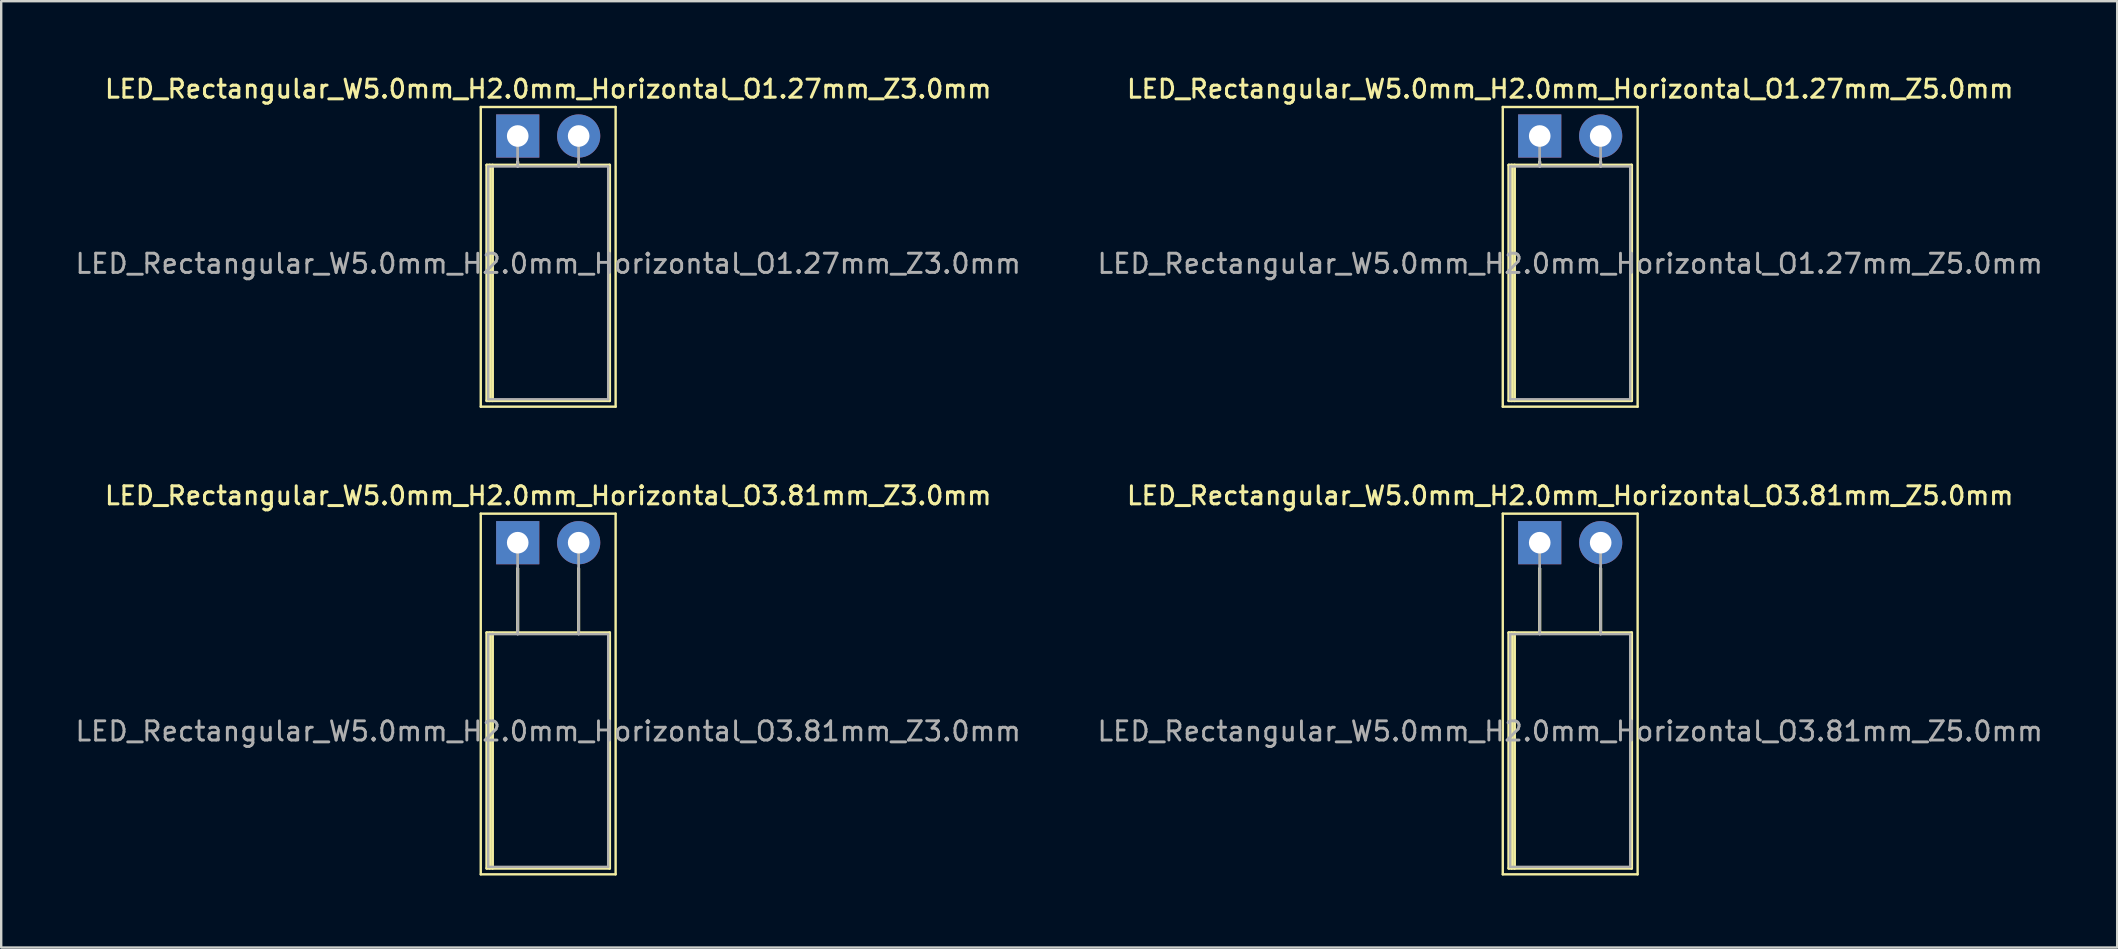
<source format=kicad_pcb>
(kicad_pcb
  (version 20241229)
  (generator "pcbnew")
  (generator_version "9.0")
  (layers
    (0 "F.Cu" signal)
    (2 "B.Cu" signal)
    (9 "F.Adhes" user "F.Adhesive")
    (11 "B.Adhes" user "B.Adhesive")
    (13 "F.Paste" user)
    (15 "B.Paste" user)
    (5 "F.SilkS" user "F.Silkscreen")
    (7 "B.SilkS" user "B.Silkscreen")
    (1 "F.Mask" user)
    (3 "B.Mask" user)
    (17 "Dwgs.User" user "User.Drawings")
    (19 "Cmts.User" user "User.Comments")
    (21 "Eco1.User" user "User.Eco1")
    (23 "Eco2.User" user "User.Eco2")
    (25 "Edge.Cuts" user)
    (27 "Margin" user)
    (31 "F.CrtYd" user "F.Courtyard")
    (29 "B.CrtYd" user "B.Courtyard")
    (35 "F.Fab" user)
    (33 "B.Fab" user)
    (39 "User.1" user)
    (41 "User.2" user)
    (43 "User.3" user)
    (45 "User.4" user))
  (footprint "LED_Rectangular_W5.0mm_H2.0mm_Horizontal_O3.81mm_Z5.0mm"
    (layer "F.Cu")
    (at 61.116 19.566)
    (property "Reference" "LED_Rectangular_W5.0mm_H2.0mm_Horizontal_O3.81mm_Z5.0mm" (at 1.27 -1.96 0) (layer "F.SilkS") (effects (font (size 0.75 0.75) (thickness 0.125))))
    (attr through_hole)
    (fp_line (start -1.54 -1.21) (end -1.54 13.82) (stroke (width 0.1) (type solid)) (layer "F.SilkS"))
    (fp_line (start -1.54 13.82) (end 4.08 13.82) (stroke (width 0.1) (type solid)) (layer "F.SilkS"))
    (fp_line (start -1.29 3.75) (end -1.29 13.57) (stroke (width 0.12) (type solid)) (layer "F.SilkS"))
    (fp_line (start -1.29 13.57) (end 3.83 13.57) (stroke (width 0.12) (type solid)) (layer "F.SilkS"))
    (fp_line (start -1.17 3.75) (end -1.17 13.57) (stroke (width 0.12) (type solid)) (layer "F.SilkS"))
    (fp_line (start -1.05 3.75) (end -1.05 13.57) (stroke (width 0.12) (type solid)) (layer "F.SilkS"))
    (fp_line (start 0 1.08) (end 0 1.08) (stroke (width 0.12) (type solid)) (layer "F.SilkS"))
    (fp_line (start 0 1.08) (end 0 3.75) (stroke (width 0.12) (type solid)) (layer "F.SilkS"))
    (fp_line (start 0 3.75) (end 0 1.08) (stroke (width 0.12) (type solid)) (layer "F.SilkS"))
    (fp_line (start 0 3.75) (end 0 3.75) (stroke (width 0.12) (type solid)) (layer "F.SilkS"))
    (fp_line (start 2.54 1.08) (end 2.54 1.08) (stroke (width 0.12) (type solid)) (layer "F.SilkS"))
    (fp_line (start 2.54 1.08) (end 2.54 3.75) (stroke (width 0.12) (type solid)) (layer "F.SilkS"))
    (fp_line (start 2.54 3.75) (end 2.54 1.08) (stroke (width 0.12) (type solid)) (layer "F.SilkS"))
    (fp_line (start 2.54 3.75) (end 2.54 3.75) (stroke (width 0.12) (type solid)) (layer "F.SilkS"))
    (fp_line (start 3.83 3.75) (end -1.29 3.75) (stroke (width 0.12) (type solid)) (layer "F.SilkS"))
    (fp_line (start 3.83 13.57) (end 3.83 3.75) (stroke (width 0.12) (type solid)) (layer "F.SilkS"))
    (fp_line (start 4.08 -1.21) (end -1.54 -1.21) (stroke (width 0.1) (type solid)) (layer "F.SilkS"))
    (fp_line (start 4.08 13.82) (end 4.08 -1.21) (stroke (width 0.1) (type solid)) (layer "F.SilkS"))
    (fp_line (start -1.23 3.81) (end -1.23 13.51) (stroke (width 0.1) (type solid)) (layer "F.Fab"))
    (fp_line (start -1.23 13.51) (end 3.77 13.51) (stroke (width 0.1) (type solid)) (layer "F.Fab"))
    (fp_line (start 0 0) (end 0 0) (stroke (width 0.1) (type solid)) (layer "F.Fab"))
    (fp_line (start 0 0) (end 0 3.81) (stroke (width 0.1) (type solid)) (layer "F.Fab"))
    (fp_line (start 0 3.81) (end 0 0) (stroke (width 0.1) (type solid)) (layer "F.Fab"))
    (fp_line (start 0 3.81) (end 0 3.81) (stroke (width 0.1) (type solid)) (layer "F.Fab"))
    (fp_line (start 2.54 0) (end 2.54 0) (stroke (width 0.1) (type solid)) (layer "F.Fab"))
    (fp_line (start 2.54 0) (end 2.54 3.81) (stroke (width 0.1) (type solid)) (layer "F.Fab"))
    (fp_line (start 2.54 3.81) (end 2.54 0) (stroke (width 0.1) (type solid)) (layer "F.Fab"))
    (fp_line (start 2.54 3.81) (end 2.54 3.81) (stroke (width 0.1) (type solid)) (layer "F.Fab"))
    (fp_line (start 3.77 3.81) (end -1.23 3.81) (stroke (width 0.1) (type solid)) (layer "F.Fab"))
    (fp_line (start 3.77 13.51) (end 3.77 3.81) (stroke (width 0.1) (type solid)) (layer "F.Fab"))
    (fp_text user "${REFERENCE}" (at 1.27 7.86 0) (layer "F.Fab") (effects (font (size 0.8 0.8) (thickness 0.12))))
    (pad "1" thru_hole rect (at 0 0) (size 1.8 1.8) (drill 0.9) (layers "*.Cu" "*.Mask"))
    (pad "2" thru_hole circle (at 2.54 0) (size 1.8 1.8) (drill 0.9) (layers "*.Cu" "*.Mask")))
  (footprint "LED_Rectangular_W5.0mm_H2.0mm_Horizontal_O1.27mm_Z3.0mm"
    (layer "F.Cu")
    (at 18.525 2.618)
    (property "Reference" "LED_Rectangular_W5.0mm_H2.0mm_Horizontal_O1.27mm_Z3.0mm" (at 1.27 -1.96 0) (layer "F.SilkS") (effects (font (size 0.75 0.75) (thickness 0.125))))
    (attr through_hole)
    (fp_line (start -1.54 -1.21) (end -1.54 11.28) (stroke (width 0.1) (type solid)) (layer "F.SilkS"))
    (fp_line (start -1.54 11.28) (end 4.08 11.28) (stroke (width 0.1) (type solid)) (layer "F.SilkS"))
    (fp_line (start -1.29 1.21) (end -1.29 11.03) (stroke (width 0.12) (type solid)) (layer "F.SilkS"))
    (fp_line (start -1.29 11.03) (end 3.83 11.03) (stroke (width 0.12) (type solid)) (layer "F.SilkS"))
    (fp_line (start -1.17 1.21) (end -1.17 11.03) (stroke (width 0.12) (type solid)) (layer "F.SilkS"))
    (fp_line (start -1.05 1.21) (end -1.05 11.03) (stroke (width 0.12) (type solid)) (layer "F.SilkS"))
    (fp_line (start 0 1.08) (end 0 1.08) (stroke (width 0.12) (type solid)) (layer "F.SilkS"))
    (fp_line (start 0 1.08) (end 0 1.21) (stroke (width 0.12) (type solid)) (layer "F.SilkS"))
    (fp_line (start 0 1.21) (end 0 1.08) (stroke (width 0.12) (type solid)) (layer "F.SilkS"))
    (fp_line (start 0 1.21) (end 0 1.21) (stroke (width 0.12) (type solid)) (layer "F.SilkS"))
    (fp_line (start 2.54 1.08) (end 2.54 1.08) (stroke (width 0.12) (type solid)) (layer "F.SilkS"))
    (fp_line (start 2.54 1.08) (end 2.54 1.21) (stroke (width 0.12) (type solid)) (layer "F.SilkS"))
    (fp_line (start 2.54 1.21) (end 2.54 1.08) (stroke (width 0.12) (type solid)) (layer "F.SilkS"))
    (fp_line (start 2.54 1.21) (end 2.54 1.21) (stroke (width 0.12) (type solid)) (layer "F.SilkS"))
    (fp_line (start 3.83 1.21) (end -1.29 1.21) (stroke (width 0.12) (type solid)) (layer "F.SilkS"))
    (fp_line (start 3.83 11.03) (end 3.83 1.21) (stroke (width 0.12) (type solid)) (layer "F.SilkS"))
    (fp_line (start 4.08 -1.21) (end -1.54 -1.21) (stroke (width 0.1) (type solid)) (layer "F.SilkS"))
    (fp_line (start 4.08 11.28) (end 4.08 -1.21) (stroke (width 0.1) (type solid)) (layer "F.SilkS"))
    (fp_line (start -1.23 1.27) (end -1.23 10.97) (stroke (width 0.1) (type solid)) (layer "F.Fab"))
    (fp_line (start -1.23 10.97) (end 3.77 10.97) (stroke (width 0.1) (type solid)) (layer "F.Fab"))
    (fp_line (start 0 0) (end 0 0) (stroke (width 0.1) (type solid)) (layer "F.Fab"))
    (fp_line (start 0 0) (end 0 1.27) (stroke (width 0.1) (type solid)) (layer "F.Fab"))
    (fp_line (start 0 1.27) (end 0 0) (stroke (width 0.1) (type solid)) (layer "F.Fab"))
    (fp_line (start 0 1.27) (end 0 1.27) (stroke (width 0.1) (type solid)) (layer "F.Fab"))
    (fp_line (start 2.54 0) (end 2.54 0) (stroke (width 0.1) (type solid)) (layer "F.Fab"))
    (fp_line (start 2.54 0) (end 2.54 1.27) (stroke (width 0.1) (type solid)) (layer "F.Fab"))
    (fp_line (start 2.54 1.27) (end 2.54 0) (stroke (width 0.1) (type solid)) (layer "F.Fab"))
    (fp_line (start 2.54 1.27) (end 2.54 1.27) (stroke (width 0.1) (type solid)) (layer "F.Fab"))
    (fp_line (start 3.77 1.27) (end -1.23 1.27) (stroke (width 0.1) (type solid)) (layer "F.Fab"))
    (fp_line (start 3.77 10.97) (end 3.77 1.27) (stroke (width 0.1) (type solid)) (layer "F.Fab"))
    (fp_text user "${REFERENCE}" (at 1.27 5.32 0) (layer "F.Fab") (effects (font (size 0.8 0.8) (thickness 0.12))))
    (pad "1" thru_hole rect (at 0 0) (size 1.8 1.8) (drill 0.9) (layers "*.Cu" "*.Mask"))
    (pad "2" thru_hole circle (at 2.54 0) (size 1.8 1.8) (drill 0.9) (layers "*.Cu" "*.Mask")))
  (footprint "LED_Rectangular_W5.0mm_H2.0mm_Horizontal_O3.81mm_Z3.0mm"
    (layer "F.Cu")
    (at 18.525 19.566)
    (property "Reference" "LED_Rectangular_W5.0mm_H2.0mm_Horizontal_O3.81mm_Z3.0mm" (at 1.27 -1.96 0) (layer "F.SilkS") (effects (font (size 0.75 0.75) (thickness 0.125))))
    (attr through_hole)
    (fp_line (start -1.54 -1.21) (end -1.54 13.82) (stroke (width 0.1) (type solid)) (layer "F.SilkS"))
    (fp_line (start -1.54 13.82) (end 4.08 13.82) (stroke (width 0.1) (type solid)) (layer "F.SilkS"))
    (fp_line (start -1.29 3.75) (end -1.29 13.57) (stroke (width 0.12) (type solid)) (layer "F.SilkS"))
    (fp_line (start -1.29 13.57) (end 3.83 13.57) (stroke (width 0.12) (type solid)) (layer "F.SilkS"))
    (fp_line (start -1.17 3.75) (end -1.17 13.57) (stroke (width 0.12) (type solid)) (layer "F.SilkS"))
    (fp_line (start -1.05 3.75) (end -1.05 13.57) (stroke (width 0.12) (type solid)) (layer "F.SilkS"))
    (fp_line (start 0 1.08) (end 0 1.08) (stroke (width 0.12) (type solid)) (layer "F.SilkS"))
    (fp_line (start 0 1.08) (end 0 3.75) (stroke (width 0.12) (type solid)) (layer "F.SilkS"))
    (fp_line (start 0 3.75) (end 0 1.08) (stroke (width 0.12) (type solid)) (layer "F.SilkS"))
    (fp_line (start 0 3.75) (end 0 3.75) (stroke (width 0.12) (type solid)) (layer "F.SilkS"))
    (fp_line (start 2.54 1.08) (end 2.54 1.08) (stroke (width 0.12) (type solid)) (layer "F.SilkS"))
    (fp_line (start 2.54 1.08) (end 2.54 3.75) (stroke (width 0.12) (type solid)) (layer "F.SilkS"))
    (fp_line (start 2.54 3.75) (end 2.54 1.08) (stroke (width 0.12) (type solid)) (layer "F.SilkS"))
    (fp_line (start 2.54 3.75) (end 2.54 3.75) (stroke (width 0.12) (type solid)) (layer "F.SilkS"))
    (fp_line (start 3.83 3.75) (end -1.29 3.75) (stroke (width 0.12) (type solid)) (layer "F.SilkS"))
    (fp_line (start 3.83 13.57) (end 3.83 3.75) (stroke (width 0.12) (type solid)) (layer "F.SilkS"))
    (fp_line (start 4.08 -1.21) (end -1.54 -1.21) (stroke (width 0.1) (type solid)) (layer "F.SilkS"))
    (fp_line (start 4.08 13.82) (end 4.08 -1.21) (stroke (width 0.1) (type solid)) (layer "F.SilkS"))
    (fp_line (start -1.23 3.81) (end -1.23 13.51) (stroke (width 0.1) (type solid)) (layer "F.Fab"))
    (fp_line (start -1.23 13.51) (end 3.77 13.51) (stroke (width 0.1) (type solid)) (layer "F.Fab"))
    (fp_line (start 0 0) (end 0 0) (stroke (width 0.1) (type solid)) (layer "F.Fab"))
    (fp_line (start 0 0) (end 0 3.81) (stroke (width 0.1) (type solid)) (layer "F.Fab"))
    (fp_line (start 0 3.81) (end 0 0) (stroke (width 0.1) (type solid)) (layer "F.Fab"))
    (fp_line (start 0 3.81) (end 0 3.81) (stroke (width 0.1) (type solid)) (layer "F.Fab"))
    (fp_line (start 2.54 0) (end 2.54 0) (stroke (width 0.1) (type solid)) (layer "F.Fab"))
    (fp_line (start 2.54 0) (end 2.54 3.81) (stroke (width 0.1) (type solid)) (layer "F.Fab"))
    (fp_line (start 2.54 3.81) (end 2.54 0) (stroke (width 0.1) (type solid)) (layer "F.Fab"))
    (fp_line (start 2.54 3.81) (end 2.54 3.81) (stroke (width 0.1) (type solid)) (layer "F.Fab"))
    (fp_line (start 3.77 3.81) (end -1.23 3.81) (stroke (width 0.1) (type solid)) (layer "F.Fab"))
    (fp_line (start 3.77 13.51) (end 3.77 3.81) (stroke (width 0.1) (type solid)) (layer "F.Fab"))
    (fp_text user "${REFERENCE}" (at 1.27 7.86 0) (layer "F.Fab") (effects (font (size 0.8 0.8) (thickness 0.12))))
    (pad "1" thru_hole rect (at 0 0) (size 1.8 1.8) (drill 0.9) (layers "*.Cu" "*.Mask"))
    (pad "2" thru_hole circle (at 2.54 0) (size 1.8 1.8) (drill 0.9) (layers "*.Cu" "*.Mask")))
  (footprint "LED_Rectangular_W5.0mm_H2.0mm_Horizontal_O1.27mm_Z5.0mm"
    (layer "F.Cu")
    (at 61.116 2.618)
    (property "Reference" "LED_Rectangular_W5.0mm_H2.0mm_Horizontal_O1.27mm_Z5.0mm" (at 1.27 -1.96 0) (layer "F.SilkS") (effects (font (size 0.75 0.75) (thickness 0.125))))
    (attr through_hole)
    (fp_line (start -1.54 -1.21) (end -1.54 11.28) (stroke (width 0.1) (type solid)) (layer "F.SilkS"))
    (fp_line (start -1.54 11.28) (end 4.08 11.28) (stroke (width 0.1) (type solid)) (layer "F.SilkS"))
    (fp_line (start -1.29 1.21) (end -1.29 11.03) (stroke (width 0.12) (type solid)) (layer "F.SilkS"))
    (fp_line (start -1.29 11.03) (end 3.83 11.03) (stroke (width 0.12) (type solid)) (layer "F.SilkS"))
    (fp_line (start -1.17 1.21) (end -1.17 11.03) (stroke (width 0.12) (type solid)) (layer "F.SilkS"))
    (fp_line (start -1.05 1.21) (end -1.05 11.03) (stroke (width 0.12) (type solid)) (layer "F.SilkS"))
    (fp_line (start 0 1.08) (end 0 1.08) (stroke (width 0.12) (type solid)) (layer "F.SilkS"))
    (fp_line (start 0 1.08) (end 0 1.21) (stroke (width 0.12) (type solid)) (layer "F.SilkS"))
    (fp_line (start 0 1.21) (end 0 1.08) (stroke (width 0.12) (type solid)) (layer "F.SilkS"))
    (fp_line (start 0 1.21) (end 0 1.21) (stroke (width 0.12) (type solid)) (layer "F.SilkS"))
    (fp_line (start 2.54 1.08) (end 2.54 1.08) (stroke (width 0.12) (type solid)) (layer "F.SilkS"))
    (fp_line (start 2.54 1.08) (end 2.54 1.21) (stroke (width 0.12) (type solid)) (layer "F.SilkS"))
    (fp_line (start 2.54 1.21) (end 2.54 1.08) (stroke (width 0.12) (type solid)) (layer "F.SilkS"))
    (fp_line (start 2.54 1.21) (end 2.54 1.21) (stroke (width 0.12) (type solid)) (layer "F.SilkS"))
    (fp_line (start 3.83 1.21) (end -1.29 1.21) (stroke (width 0.12) (type solid)) (layer "F.SilkS"))
    (fp_line (start 3.83 11.03) (end 3.83 1.21) (stroke (width 0.12) (type solid)) (layer "F.SilkS"))
    (fp_line (start 4.08 -1.21) (end -1.54 -1.21) (stroke (width 0.1) (type solid)) (layer "F.SilkS"))
    (fp_line (start 4.08 11.28) (end 4.08 -1.21) (stroke (width 0.1) (type solid)) (layer "F.SilkS"))
    (fp_line (start -1.23 1.27) (end -1.23 10.97) (stroke (width 0.1) (type solid)) (layer "F.Fab"))
    (fp_line (start -1.23 10.97) (end 3.77 10.97) (stroke (width 0.1) (type solid)) (layer "F.Fab"))
    (fp_line (start 0 0) (end 0 0) (stroke (width 0.1) (type solid)) (layer "F.Fab"))
    (fp_line (start 0 0) (end 0 1.27) (stroke (width 0.1) (type solid)) (layer "F.Fab"))
    (fp_line (start 0 1.27) (end 0 0) (stroke (width 0.1) (type solid)) (layer "F.Fab"))
    (fp_line (start 0 1.27) (end 0 1.27) (stroke (width 0.1) (type solid)) (layer "F.Fab"))
    (fp_line (start 2.54 0) (end 2.54 0) (stroke (width 0.1) (type solid)) (layer "F.Fab"))
    (fp_line (start 2.54 0) (end 2.54 1.27) (stroke (width 0.1) (type solid)) (layer "F.Fab"))
    (fp_line (start 2.54 1.27) (end 2.54 0) (stroke (width 0.1) (type solid)) (layer "F.Fab"))
    (fp_line (start 2.54 1.27) (end 2.54 1.27) (stroke (width 0.1) (type solid)) (layer "F.Fab"))
    (fp_line (start 3.77 1.27) (end -1.23 1.27) (stroke (width 0.1) (type solid)) (layer "F.Fab"))
    (fp_line (start 3.77 10.97) (end 3.77 1.27) (stroke (width 0.1) (type solid)) (layer "F.Fab"))
    (fp_text user "${REFERENCE}" (at 1.27 5.32 0) (layer "F.Fab") (effects (font (size 0.8 0.8) (thickness 0.12))))
    (pad "1" thru_hole rect (at 0 0) (size 1.8 1.8) (drill 0.9) (layers "*.Cu" "*.Mask"))
    (pad "2" thru_hole circle (at 2.54 0) (size 1.8 1.8) (drill 0.9) (layers "*.Cu" "*.Mask")))
  (gr_rect
    (start -3 -3)
    (end 85.181 36.436)
    (stroke (width 0.1) (type default))
    (fill no)
    (layer "Edge.Cuts")))
</source>
